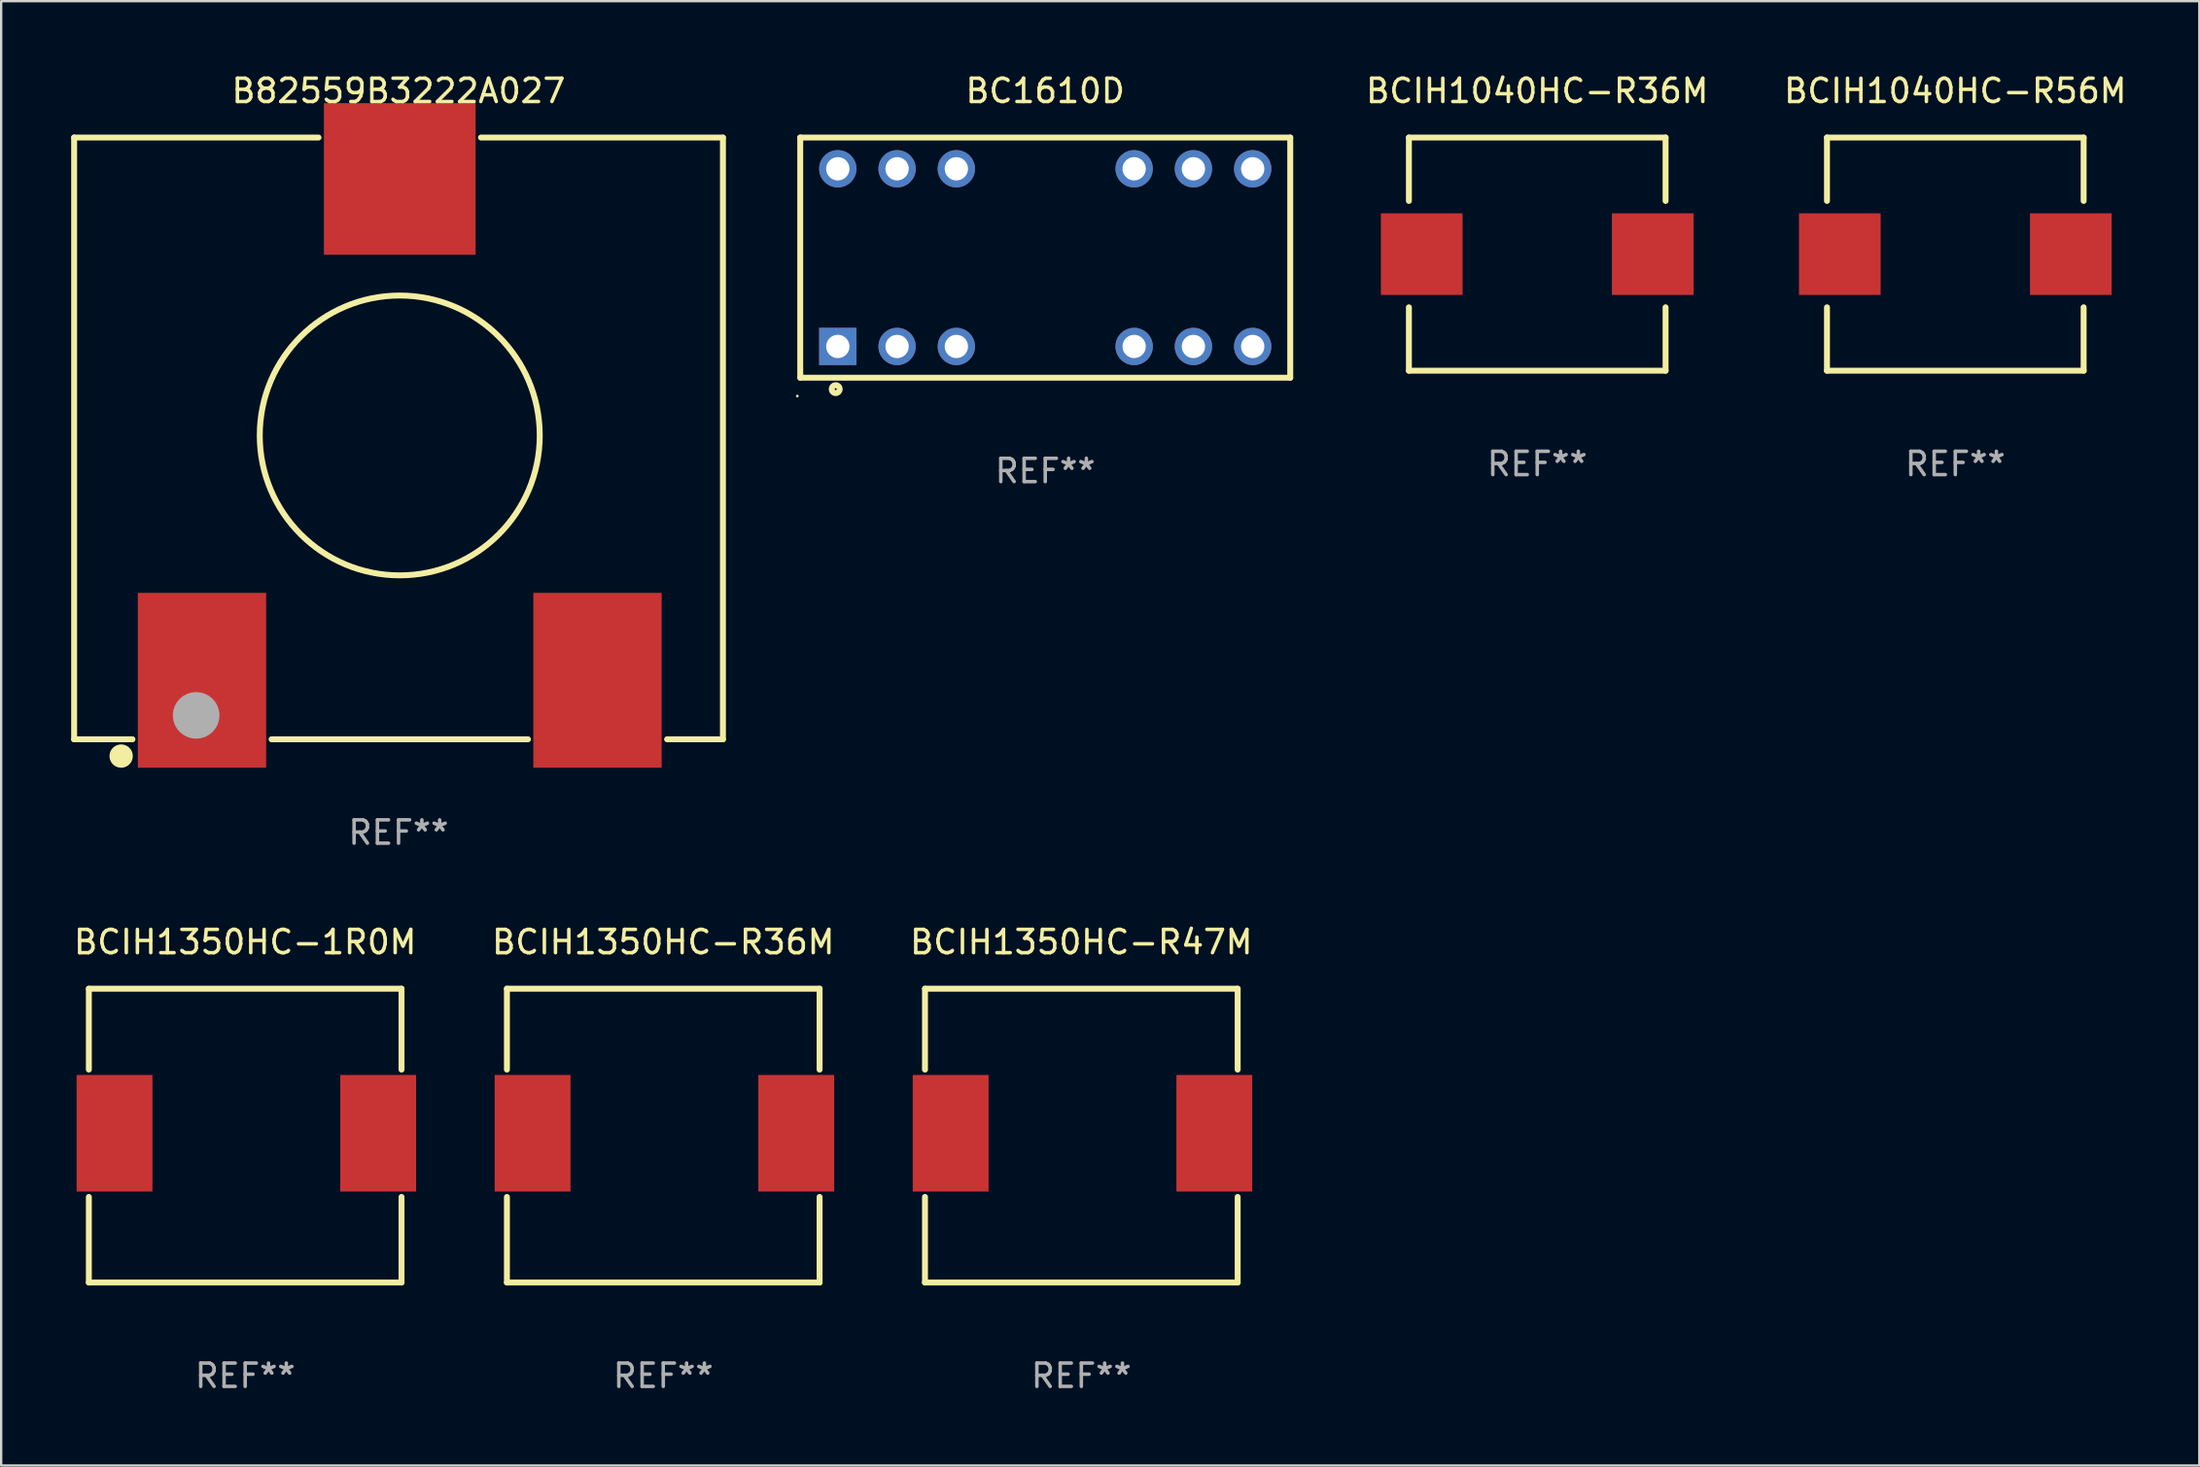
<source format=kicad_pcb>
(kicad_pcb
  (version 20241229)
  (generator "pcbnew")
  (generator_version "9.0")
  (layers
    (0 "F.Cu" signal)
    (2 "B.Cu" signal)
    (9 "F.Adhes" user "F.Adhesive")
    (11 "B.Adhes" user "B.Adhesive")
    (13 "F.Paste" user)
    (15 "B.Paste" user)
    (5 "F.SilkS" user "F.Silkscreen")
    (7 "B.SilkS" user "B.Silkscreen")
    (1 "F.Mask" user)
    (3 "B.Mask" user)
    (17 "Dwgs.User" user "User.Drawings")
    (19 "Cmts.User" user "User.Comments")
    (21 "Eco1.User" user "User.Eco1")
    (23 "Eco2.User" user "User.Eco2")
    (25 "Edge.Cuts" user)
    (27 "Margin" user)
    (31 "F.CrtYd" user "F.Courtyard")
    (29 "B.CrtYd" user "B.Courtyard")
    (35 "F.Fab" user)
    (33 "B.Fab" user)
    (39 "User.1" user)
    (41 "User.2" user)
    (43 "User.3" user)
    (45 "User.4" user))
  (footprint "BCIH1040HC-R36M"
    (layer "F.Cu")
    (at 62.831 7.848)
    (property "Reference" "BCIH1040HC-R36M" (at 0 -7 0) (layer "F.SilkS") (effects (font (size 1 1) (thickness 0.15))))
    (attr through_hole)
    (fp_line (start -5.5 -5) (end 5.5 -5) (stroke (width 0.254) (type solid)) (layer "F.SilkS"))
    (fp_line (start -5.5 -2.281) (end -5.5 -5) (stroke (width 0.254) (type solid)) (layer "F.SilkS"))
    (fp_line (start -5.5 5) (end -5.5 2.281) (stroke (width 0.254) (type solid)) (layer "F.SilkS"))
    (fp_line (start -5.5 5) (end 5.5 5) (stroke (width 0.254) (type solid)) (layer "F.SilkS"))
    (fp_line (start 5.5 -2.281) (end 5.5 -5) (stroke (width 0.254) (type solid)) (layer "F.SilkS"))
    (fp_line (start 5.5 5) (end 5.5 2.281) (stroke (width 0.254) (type solid)) (layer "F.SilkS"))
    (fp_circle (center -5.5 5) (end -5.47 5) (stroke (width 0.06) (type solid)) (fill no) (layer "F.SilkS"))
    (fp_text user "REF**" (at 0 9 0) (layer "F.Fab") (effects (font (size 1 1) (thickness 0.15))))
    (pad "1" smd rect (at -4.95 0 90) (size 3.5 3.5) (layers "F.Cu" "F.Mask" "F.Paste"))
    (pad "2" smd rect (at 4.95 0 270) (size 3.5 3.5) (layers "F.Cu" "F.Mask" "F.Paste")))
  (footprint "BCIH1350HC-R36M"
    (layer "F.Cu")
    (at 25.375 45.65)
    (property "Reference" "BCIH1350HC-R36M" (at 0 -8.3 0) (layer "F.SilkS") (effects (font (size 1 1) (thickness 0.15))))
    (attr through_hole)
    (fp_line (start -6.7 -6.3) (end 6.7 -6.3) (stroke (width 0.254) (type solid)) (layer "F.SilkS"))
    (fp_line (start -6.7 -2.831) (end -6.7 -6.3) (stroke (width 0.254) (type solid)) (layer "F.SilkS"))
    (fp_line (start -6.7 6.3) (end -6.7 2.631) (stroke (width 0.254) (type solid)) (layer "F.SilkS"))
    (fp_line (start -6.7 6.3) (end 6.7 6.3) (stroke (width 0.254) (type solid)) (layer "F.SilkS"))
    (fp_line (start 6.7 -6.3) (end 6.7 -2.831) (stroke (width 0.254) (type solid)) (layer "F.SilkS"))
    (fp_line (start 6.7 2.631) (end 6.7 6.3) (stroke (width 0.254) (type solid)) (layer "F.SilkS"))
    (fp_circle (center -6.65 6.2) (end -6.62 6.2) (stroke (width 0.06) (type solid)) (fill no) (layer "F.SilkS"))
    (fp_text user "REF**" (at 0 10.3 0) (layer "F.Fab") (effects (font (size 1 1) (thickness 0.15))))
    (pad "1" smd rect (at -5.6 -0.1 90) (size 5 3.25) (layers "F.Cu" "F.Mask" "F.Paste"))
    (pad "2" smd rect (at 5.7 -0.1 90) (size 5 3.25) (layers "F.Cu" "F.Mask" "F.Paste")))
  (footprint "B82559B3222A027"
    (layer "F.Cu")
    (at 14.03 15.751)
    (property "Reference" "B82559B3222A027" (at 0 -14.903 0) (layer "F.SilkS") (effects (font (size 1 1) (thickness 0.15))))
    (attr through_hole)
    (fp_line (start -13.903 -12.903) (end -13.903 12.903) (stroke (width 0.254) (type solid)) (layer "F.SilkS"))
    (fp_line (start -13.903 12.903) (end -11.404 12.903) (stroke (width 0.254) (type solid)) (layer "F.SilkS"))
    (fp_line (start -5.441 12.903) (end 5.546 12.903) (stroke (width 0.254) (type solid)) (layer "F.SilkS"))
    (fp_line (start -3.429 -12.903) (end -13.903 -12.903) (stroke (width 0.254) (type solid)) (layer "F.SilkS"))
    (fp_line (start 11.509 12.903) (end 13.903 12.903) (stroke (width 0.254) (type solid)) (layer "F.SilkS"))
    (fp_line (start 13.903 -12.903) (end 3.534 -12.903) (stroke (width 0.254) (type solid)) (layer "F.SilkS"))
    (fp_line (start 13.903 12.903) (end 13.903 -12.897) (stroke (width 0.254) (type solid)) (layer "F.SilkS"))
    (fp_circle (center -13.9 12.9) (end -13.87 12.9) (stroke (width 0.06) (type solid)) (fill no) (layer "F.SilkS"))
    (fp_circle (center -11.888 13.623) (end -11.638 13.623) (stroke (width 0.5) (type solid)) (fill no) (layer "F.SilkS"))
    (fp_circle (center 0.052 -0.127) (end 6.052 -0.127) (stroke (width 0.254) (type solid)) (fill no) (layer "F.SilkS"))
    (fp_circle (center -8.673 11.878) (end -8.173 11.878) (stroke (width 1) (type solid)) (fill no) (layer "F.Fab"))
    (fp_text user "REF**" (at 0 16.903 0) (layer "F.Fab") (effects (font (size 1 1) (thickness 0.15))))
    (pad "1" smd rect (at -8.423 10.373 180) (size 5.5 7.5) (layers "F.Cu" "F.Mask" "F.Paste"))
    (pad "2" smd rect (at 8.527 10.373 180) (size 5.5 7.5) (layers "F.Cu" "F.Mask" "F.Paste"))
    (pad "3" smd rect (at 0.052 -11.128 180) (size 6.5 6.5) (layers "F.Cu" "F.Mask" "F.Paste")))
  (footprint "BC1610D"
    (layer "F.Cu")
    (at 41.746 7.998)
    (property "Reference" "BC1610D" (at 0 -7.15 0) (layer "F.SilkS") (effects (font (size 1 1) (thickness 0.15))))
    (attr through_hole)
    (fp_line (start -10.5 -5.15) (end -10.5 5.15) (stroke (width 0.254) (type solid)) (layer "F.SilkS"))
    (fp_line (start -10.5 -5.15) (end 10.5 -5.15) (stroke (width 0.254) (type solid)) (layer "F.SilkS"))
    (fp_line (start -10.5 5.15) (end 10.5 5.15) (stroke (width 0.254) (type solid)) (layer "F.SilkS"))
    (fp_line (start 10.5 -5.15) (end 10.5 5.15) (stroke (width 0.254) (type solid)) (layer "F.SilkS"))
    (fp_circle (center -10.627 5.937) (end -10.597 5.937) (stroke (width 0.06) (type solid)) (fill no) (layer "F.SilkS"))
    (fp_circle (center -8.98 5.64) (end -8.81 5.64) (stroke (width 0.254) (type solid)) (fill no) (layer "F.SilkS"))
    (fp_text user "REF**" (at 0 9.15 0) (layer "F.Fab") (effects (font (size 1 1) (thickness 0.15))))
    (pad "1" thru_hole rect (at -8.89 3.81) (size 1.6 1.6) (drill 1) (layers "*.Cu" "*.Mask"))
    (pad "2" thru_hole circle (at -6.35 3.81) (size 1.6 1.6) (drill 1) (layers "*.Cu" "*.Mask"))
    (pad "3" thru_hole circle (at -3.81 3.81) (size 1.6 1.6) (drill 1) (layers "*.Cu" "*.Mask"))
    (pad "6" thru_hole circle (at 3.81 3.81) (size 1.6 1.6) (drill 1) (layers "*.Cu" "*.Mask"))
    (pad "7" thru_hole circle (at 6.35 3.81) (size 1.6 1.6) (drill 1) (layers "*.Cu" "*.Mask"))
    (pad "8" thru_hole circle (at 8.89 3.81) (size 1.6 1.6) (drill 1) (layers "*.Cu" "*.Mask"))
    (pad "9" thru_hole circle (at 8.89 -3.81) (size 1.6 1.6) (drill 1) (layers "*.Cu" "*.Mask"))
    (pad "10" thru_hole circle (at 6.35 -3.81) (size 1.6 1.6) (drill 1) (layers "*.Cu" "*.Mask"))
    (pad "11" thru_hole circle (at 3.81 -3.81) (size 1.6 1.6) (drill 1) (layers "*.Cu" "*.Mask"))
    (pad "14" thru_hole circle (at -3.81 -3.81) (size 1.6 1.6) (drill 1) (layers "*.Cu" "*.Mask"))
    (pad "15" thru_hole circle (at -6.35 -3.81) (size 1.6 1.6) (drill 1) (layers "*.Cu" "*.Mask"))
    (pad "16" thru_hole circle (at -8.89 -3.81) (size 1.6 1.6) (drill 1) (layers "*.Cu" "*.Mask")))
  (footprint "BCIH1350HC-1R0M"
    (layer "F.Cu")
    (at 7.458 45.65)
    (property "Reference" "BCIH1350HC-1R0M" (at 0 -8.3 0) (layer "F.SilkS") (effects (font (size 1 1) (thickness 0.15))))
    (attr through_hole)
    (fp_line (start -6.7 -6.3) (end 6.7 -6.3) (stroke (width 0.254) (type solid)) (layer "F.SilkS"))
    (fp_line (start -6.7 -2.831) (end -6.7 -6.3) (stroke (width 0.254) (type solid)) (layer "F.SilkS"))
    (fp_line (start -6.7 6.3) (end -6.7 2.631) (stroke (width 0.254) (type solid)) (layer "F.SilkS"))
    (fp_line (start -6.7 6.3) (end 6.7 6.3) (stroke (width 0.254) (type solid)) (layer "F.SilkS"))
    (fp_line (start 6.7 -6.3) (end 6.7 -2.831) (stroke (width 0.254) (type solid)) (layer "F.SilkS"))
    (fp_line (start 6.7 2.631) (end 6.7 6.3) (stroke (width 0.254) (type solid)) (layer "F.SilkS"))
    (fp_circle (center -6.65 6.2) (end -6.62 6.2) (stroke (width 0.06) (type solid)) (fill no) (layer "F.SilkS"))
    (fp_text user "REF**" (at 0 10.3 0) (layer "F.Fab") (effects (font (size 1 1) (thickness 0.15))))
    (pad "1" smd rect (at -5.6 -0.1 90) (size 5 3.25) (layers "F.Cu" "F.Mask" "F.Paste"))
    (pad "2" smd rect (at 5.7 -0.1 90) (size 5 3.25) (layers "F.Cu" "F.Mask" "F.Paste")))
  (footprint "BCIH1350HC-R47M"
    (layer "F.Cu")
    (at 43.292 45.65)
    (property "Reference" "BCIH1350HC-R47M" (at 0 -8.3 0) (layer "F.SilkS") (effects (font (size 1 1) (thickness 0.15))))
    (attr through_hole)
    (fp_line (start -6.7 -6.3) (end 6.7 -6.3) (stroke (width 0.254) (type solid)) (layer "F.SilkS"))
    (fp_line (start -6.7 -2.831) (end -6.7 -6.3) (stroke (width 0.254) (type solid)) (layer "F.SilkS"))
    (fp_line (start -6.7 6.3) (end -6.7 2.631) (stroke (width 0.254) (type solid)) (layer "F.SilkS"))
    (fp_line (start -6.7 6.3) (end 6.7 6.3) (stroke (width 0.254) (type solid)) (layer "F.SilkS"))
    (fp_line (start 6.7 -6.3) (end 6.7 -2.831) (stroke (width 0.254) (type solid)) (layer "F.SilkS"))
    (fp_line (start 6.7 2.631) (end 6.7 6.3) (stroke (width 0.254) (type solid)) (layer "F.SilkS"))
    (fp_circle (center -6.65 6.2) (end -6.62 6.2) (stroke (width 0.06) (type solid)) (fill no) (layer "F.SilkS"))
    (fp_text user "REF**" (at 0 10.3 0) (layer "F.Fab") (effects (font (size 1 1) (thickness 0.15))))
    (pad "1" smd rect (at -5.6 -0.1 90) (size 5 3.25) (layers "F.Cu" "F.Mask" "F.Paste"))
    (pad "2" smd rect (at 5.7 -0.1 90) (size 5 3.25) (layers "F.Cu" "F.Mask" "F.Paste")))
  (footprint "BCIH1040HC-R56M"
    (layer "F.Cu")
    (at 80.748 7.848)
    (property "Reference" "BCIH1040HC-R56M" (at 0 -7 0) (layer "F.SilkS") (effects (font (size 1 1) (thickness 0.15))))
    (attr through_hole)
    (fp_line (start -5.5 -5) (end 5.5 -5) (stroke (width 0.254) (type solid)) (layer "F.SilkS"))
    (fp_line (start -5.5 -2.281) (end -5.5 -5) (stroke (width 0.254) (type solid)) (layer "F.SilkS"))
    (fp_line (start -5.5 5) (end -5.5 2.281) (stroke (width 0.254) (type solid)) (layer "F.SilkS"))
    (fp_line (start -5.5 5) (end 5.5 5) (stroke (width 0.254) (type solid)) (layer "F.SilkS"))
    (fp_line (start 5.5 -2.281) (end 5.5 -5) (stroke (width 0.254) (type solid)) (layer "F.SilkS"))
    (fp_line (start 5.5 5) (end 5.5 2.281) (stroke (width 0.254) (type solid)) (layer "F.SilkS"))
    (fp_circle (center -5.5 5) (end -5.47 5) (stroke (width 0.06) (type solid)) (fill no) (layer "F.SilkS"))
    (fp_text user "REF**" (at 0 9 0) (layer "F.Fab") (effects (font (size 1 1) (thickness 0.15))))
    (pad "1" smd rect (at -4.95 0 90) (size 3.5 3.5) (layers "F.Cu" "F.Mask" "F.Paste"))
    (pad "2" smd rect (at 4.95 0 270) (size 3.5 3.5) (layers "F.Cu" "F.Mask" "F.Paste")))
  (gr_rect
    (start -3 -3)
    (end 91.206 59.798)
    (stroke (width 0.1) (type default))
    (fill no)
    (layer "Edge.Cuts")))
</source>
